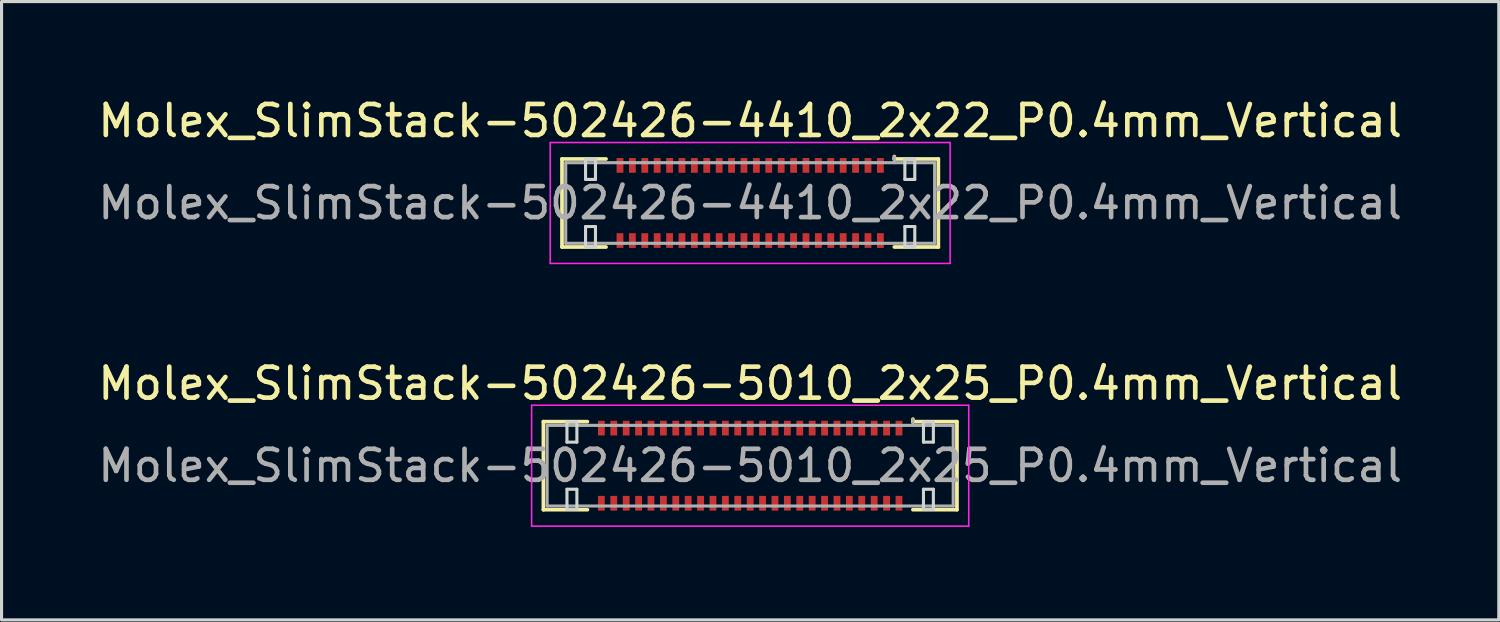
<source format=kicad_pcb>
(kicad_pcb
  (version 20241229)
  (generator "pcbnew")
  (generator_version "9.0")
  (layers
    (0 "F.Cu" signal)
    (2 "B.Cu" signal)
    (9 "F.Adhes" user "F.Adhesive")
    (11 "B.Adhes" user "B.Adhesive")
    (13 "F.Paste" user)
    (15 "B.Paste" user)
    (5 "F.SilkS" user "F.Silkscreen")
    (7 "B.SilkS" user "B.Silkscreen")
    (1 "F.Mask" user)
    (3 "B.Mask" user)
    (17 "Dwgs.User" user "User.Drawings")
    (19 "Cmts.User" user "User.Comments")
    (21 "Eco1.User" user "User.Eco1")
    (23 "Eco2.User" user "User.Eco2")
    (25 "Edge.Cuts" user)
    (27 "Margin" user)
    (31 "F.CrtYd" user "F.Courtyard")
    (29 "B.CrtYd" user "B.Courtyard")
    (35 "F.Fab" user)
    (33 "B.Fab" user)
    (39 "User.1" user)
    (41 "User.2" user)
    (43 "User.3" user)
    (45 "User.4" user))
  (footprint "Molex_SlimStack-502426-4410_2x22_P0.4mm_Vertical"
    (layer "F.Cu")
    (at 21.149 3.498)
    (property "Reference" "Molex_SlimStack-502426-4410_2x22_P0.4mm_Vertical" (at 0 -2.65 0) (layer "F.SilkS") (effects (font (size 1 1) (thickness 0.15))))
    (attr smd)
    (fp_line (start -6.07 -1.42) (end -4.65 -1.42) (stroke (width 0.12) (type solid)) (layer "F.SilkS"))
    (fp_line (start -6.07 1.42) (end -6.07 -1.42) (stroke (width 0.12) (type solid)) (layer "F.SilkS"))
    (fp_line (start -4.65 1.42) (end -6.07 1.42) (stroke (width 0.12) (type solid)) (layer "F.SilkS"))
    (fp_line (start 4.65 -1.42) (end 4.65 -1.5) (stroke (width 0.12) (type solid)) (layer "F.SilkS"))
    (fp_line (start 4.65 1.42) (end 6.07 1.42) (stroke (width 0.12) (type solid)) (layer "F.SilkS"))
    (fp_line (start 6.07 -1.42) (end 4.65 -1.42) (stroke (width 0.12) (type solid)) (layer "F.SilkS"))
    (fp_line (start 6.07 1.42) (end 6.07 -1.42) (stroke (width 0.12) (type solid)) (layer "F.SilkS"))
    (fp_line (start -5.31 -1.41) (end -5.31 -0.76) (stroke (width 0.1) (type solid)) (layer "Edge.Cuts"))
    (fp_line (start -5.31 -0.76) (end -4.99 -0.76) (stroke (width 0.1) (type solid)) (layer "Edge.Cuts"))
    (fp_line (start -5.31 0.76) (end -5.31 1.41) (stroke (width 0.1) (type solid)) (layer "Edge.Cuts"))
    (fp_line (start -5.31 1.41) (end -4.99 1.41) (stroke (width 0.1) (type solid)) (layer "Edge.Cuts"))
    (fp_line (start -4.99 -1.41) (end -5.31 -1.41) (stroke (width 0.1) (type solid)) (layer "Edge.Cuts"))
    (fp_line (start -4.99 -0.76) (end -4.99 -1.41) (stroke (width 0.1) (type solid)) (layer "Edge.Cuts"))
    (fp_line (start -4.99 0.76) (end -5.31 0.76) (stroke (width 0.1) (type solid)) (layer "Edge.Cuts"))
    (fp_line (start -4.99 1.41) (end -4.99 0.76) (stroke (width 0.1) (type solid)) (layer "Edge.Cuts"))
    (fp_line (start 4.99 -1.41) (end 4.99 -0.76) (stroke (width 0.1) (type solid)) (layer "Edge.Cuts"))
    (fp_line (start 4.99 -0.76) (end 5.31 -0.76) (stroke (width 0.1) (type solid)) (layer "Edge.Cuts"))
    (fp_line (start 4.99 0.76) (end 4.99 1.41) (stroke (width 0.1) (type solid)) (layer "Edge.Cuts"))
    (fp_line (start 4.99 1.41) (end 5.31 1.41) (stroke (width 0.1) (type solid)) (layer "Edge.Cuts"))
    (fp_line (start 5.31 -1.41) (end 4.99 -1.41) (stroke (width 0.1) (type solid)) (layer "Edge.Cuts"))
    (fp_line (start 5.31 -0.76) (end 5.31 -1.41) (stroke (width 0.1) (type solid)) (layer "Edge.Cuts"))
    (fp_line (start 5.31 0.76) (end 4.99 0.76) (stroke (width 0.1) (type solid)) (layer "Edge.Cuts"))
    (fp_line (start 5.31 1.41) (end 5.31 0.76) (stroke (width 0.1) (type solid)) (layer "Edge.Cuts"))
    (fp_line (start -6.45 -1.95) (end -6.45 1.95) (stroke (width 0.05) (type solid)) (layer "F.CrtYd"))
    (fp_line (start -6.45 1.95) (end 6.45 1.95) (stroke (width 0.05) (type solid)) (layer "F.CrtYd"))
    (fp_line (start 6.45 -1.95) (end -6.45 -1.95) (stroke (width 0.05) (type solid)) (layer "F.CrtYd"))
    (fp_line (start 6.45 1.95) (end 6.45 -1.95) (stroke (width 0.05) (type solid)) (layer "F.CrtYd"))
    (fp_line (start -5.95 -1.3) (end -5.95 1.3) (stroke (width 0.1) (type solid)) (layer "F.Fab"))
    (fp_line (start -5.95 1.3) (end 5.95 1.3) (stroke (width 0.1) (type solid)) (layer "F.Fab"))
    (fp_line (start 4.65 -1.3) (end 4.65 -1.5) (stroke (width 0.1) (type solid)) (layer "F.Fab"))
    (fp_line (start 5.95 -1.3) (end -5.95 -1.3) (stroke (width 0.1) (type solid)) (layer "F.Fab"))
    (fp_line (start 5.95 1.3) (end 5.95 -1.3) (stroke (width 0.1) (type solid)) (layer "F.Fab"))
    (fp_text user "${REFERENCE}" (at 0 0 0) (layer "F.Fab") (effects (font (size 1 1) (thickness 0.15))))
    (pad "1" smd rect (at 4.2 -1.212) (size 0.22 0.475) (layers "F.Cu" "F.Mask" "F.Paste"))
    (pad "2" smd rect (at 4.2 1.212) (size 0.22 0.475) (layers "F.Cu" "F.Mask" "F.Paste"))
    (pad "3" smd rect (at 3.8 -1.212) (size 0.22 0.475) (layers "F.Cu" "F.Mask" "F.Paste"))
    (pad "4" smd rect (at 3.8 1.212) (size 0.22 0.475) (layers "F.Cu" "F.Mask" "F.Paste"))
    (pad "5" smd rect (at 3.4 -1.212) (size 0.22 0.475) (layers "F.Cu" "F.Mask" "F.Paste"))
    (pad "6" smd rect (at 3.4 1.212) (size 0.22 0.475) (layers "F.Cu" "F.Mask" "F.Paste"))
    (pad "7" smd rect (at 3 -1.212) (size 0.22 0.475) (layers "F.Cu" "F.Mask" "F.Paste"))
    (pad "8" smd rect (at 3 1.212) (size 0.22 0.475) (layers "F.Cu" "F.Mask" "F.Paste"))
    (pad "9" smd rect (at 2.6 -1.212) (size 0.22 0.475) (layers "F.Cu" "F.Mask" "F.Paste"))
    (pad "10" smd rect (at 2.6 1.212) (size 0.22 0.475) (layers "F.Cu" "F.Mask" "F.Paste"))
    (pad "11" smd rect (at 2.2 -1.212) (size 0.22 0.475) (layers "F.Cu" "F.Mask" "F.Paste"))
    (pad "12" smd rect (at 2.2 1.212) (size 0.22 0.475) (layers "F.Cu" "F.Mask" "F.Paste"))
    (pad "13" smd rect (at 1.8 -1.212) (size 0.22 0.475) (layers "F.Cu" "F.Mask" "F.Paste"))
    (pad "14" smd rect (at 1.8 1.212) (size 0.22 0.475) (layers "F.Cu" "F.Mask" "F.Paste"))
    (pad "15" smd rect (at 1.4 -1.212) (size 0.22 0.475) (layers "F.Cu" "F.Mask" "F.Paste"))
    (pad "16" smd rect (at 1.4 1.212) (size 0.22 0.475) (layers "F.Cu" "F.Mask" "F.Paste"))
    (pad "17" smd rect (at 1 -1.212) (size 0.22 0.475) (layers "F.Cu" "F.Mask" "F.Paste"))
    (pad "18" smd rect (at 1 1.212) (size 0.22 0.475) (layers "F.Cu" "F.Mask" "F.Paste"))
    (pad "19" smd rect (at 0.6 -1.212) (size 0.22 0.475) (layers "F.Cu" "F.Mask" "F.Paste"))
    (pad "20" smd rect (at 0.6 1.212) (size 0.22 0.475) (layers "F.Cu" "F.Mask" "F.Paste"))
    (pad "21" smd rect (at 0.2 -1.212) (size 0.22 0.475) (layers "F.Cu" "F.Mask" "F.Paste"))
    (pad "22" smd rect (at 0.2 1.212) (size 0.22 0.475) (layers "F.Cu" "F.Mask" "F.Paste"))
    (pad "23" smd rect (at -0.2 -1.212) (size 0.22 0.475) (layers "F.Cu" "F.Mask" "F.Paste"))
    (pad "24" smd rect (at -0.2 1.212) (size 0.22 0.475) (layers "F.Cu" "F.Mask" "F.Paste"))
    (pad "25" smd rect (at -0.6 -1.212) (size 0.22 0.475) (layers "F.Cu" "F.Mask" "F.Paste"))
    (pad "26" smd rect (at -0.6 1.212) (size 0.22 0.475) (layers "F.Cu" "F.Mask" "F.Paste"))
    (pad "27" smd rect (at -1 -1.212) (size 0.22 0.475) (layers "F.Cu" "F.Mask" "F.Paste"))
    (pad "28" smd rect (at -1 1.212) (size 0.22 0.475) (layers "F.Cu" "F.Mask" "F.Paste"))
    (pad "29" smd rect (at -1.4 -1.212) (size 0.22 0.475) (layers "F.Cu" "F.Mask" "F.Paste"))
    (pad "30" smd rect (at -1.4 1.212) (size 0.22 0.475) (layers "F.Cu" "F.Mask" "F.Paste"))
    (pad "31" smd rect (at -1.8 -1.212) (size 0.22 0.475) (layers "F.Cu" "F.Mask" "F.Paste"))
    (pad "32" smd rect (at -1.8 1.212) (size 0.22 0.475) (layers "F.Cu" "F.Mask" "F.Paste"))
    (pad "33" smd rect (at -2.2 -1.212) (size 0.22 0.475) (layers "F.Cu" "F.Mask" "F.Paste"))
    (pad "34" smd rect (at -2.2 1.212) (size 0.22 0.475) (layers "F.Cu" "F.Mask" "F.Paste"))
    (pad "35" smd rect (at -2.6 -1.212) (size 0.22 0.475) (layers "F.Cu" "F.Mask" "F.Paste"))
    (pad "36" smd rect (at -2.6 1.212) (size 0.22 0.475) (layers "F.Cu" "F.Mask" "F.Paste"))
    (pad "37" smd rect (at -3 -1.212) (size 0.22 0.475) (layers "F.Cu" "F.Mask" "F.Paste"))
    (pad "38" smd rect (at -3 1.212) (size 0.22 0.475) (layers "F.Cu" "F.Mask" "F.Paste"))
    (pad "39" smd rect (at -3.4 -1.212) (size 0.22 0.475) (layers "F.Cu" "F.Mask" "F.Paste"))
    (pad "40" smd rect (at -3.4 1.212) (size 0.22 0.475) (layers "F.Cu" "F.Mask" "F.Paste"))
    (pad "41" smd rect (at -3.8 -1.212) (size 0.22 0.475) (layers "F.Cu" "F.Mask" "F.Paste"))
    (pad "42" smd rect (at -3.8 1.212) (size 0.22 0.475) (layers "F.Cu" "F.Mask" "F.Paste"))
    (pad "43" smd rect (at -4.2 -1.212) (size 0.22 0.475) (layers "F.Cu" "F.Mask" "F.Paste"))
    (pad "44" smd rect (at -4.2 1.212) (size 0.22 0.475) (layers "F.Cu" "F.Mask" "F.Paste")))
  (footprint "Molex_SlimStack-502426-5010_2x25_P0.4mm_Vertical"
    (layer "F.Cu")
    (at 21.149 11.972)
    (property "Reference" "Molex_SlimStack-502426-5010_2x25_P0.4mm_Vertical" (at 0 -2.65 0) (layer "F.SilkS") (effects (font (size 1 1) (thickness 0.15))))
    (attr smd)
    (fp_line (start -6.67 -1.42) (end -5.25 -1.42) (stroke (width 0.12) (type solid)) (layer "F.SilkS"))
    (fp_line (start -6.67 1.42) (end -6.67 -1.42) (stroke (width 0.12) (type solid)) (layer "F.SilkS"))
    (fp_line (start -5.25 1.42) (end -6.67 1.42) (stroke (width 0.12) (type solid)) (layer "F.SilkS"))
    (fp_line (start 5.25 -1.42) (end 5.25 -1.5) (stroke (width 0.12) (type solid)) (layer "F.SilkS"))
    (fp_line (start 5.25 1.42) (end 6.67 1.42) (stroke (width 0.12) (type solid)) (layer "F.SilkS"))
    (fp_line (start 6.67 -1.42) (end 5.25 -1.42) (stroke (width 0.12) (type solid)) (layer "F.SilkS"))
    (fp_line (start 6.67 1.42) (end 6.67 -1.42) (stroke (width 0.12) (type solid)) (layer "F.SilkS"))
    (fp_line (start -5.91 -1.41) (end -5.91 -0.76) (stroke (width 0.1) (type solid)) (layer "Edge.Cuts"))
    (fp_line (start -5.91 -0.76) (end -5.59 -0.76) (stroke (width 0.1) (type solid)) (layer "Edge.Cuts"))
    (fp_line (start -5.91 0.76) (end -5.91 1.41) (stroke (width 0.1) (type solid)) (layer "Edge.Cuts"))
    (fp_line (start -5.91 1.41) (end -5.59 1.41) (stroke (width 0.1) (type solid)) (layer "Edge.Cuts"))
    (fp_line (start -5.59 -1.41) (end -5.91 -1.41) (stroke (width 0.1) (type solid)) (layer "Edge.Cuts"))
    (fp_line (start -5.59 -0.76) (end -5.59 -1.41) (stroke (width 0.1) (type solid)) (layer "Edge.Cuts"))
    (fp_line (start -5.59 0.76) (end -5.91 0.76) (stroke (width 0.1) (type solid)) (layer "Edge.Cuts"))
    (fp_line (start -5.59 1.41) (end -5.59 0.76) (stroke (width 0.1) (type solid)) (layer "Edge.Cuts"))
    (fp_line (start 5.59 -1.41) (end 5.59 -0.76) (stroke (width 0.1) (type solid)) (layer "Edge.Cuts"))
    (fp_line (start 5.59 -0.76) (end 5.91 -0.76) (stroke (width 0.1) (type solid)) (layer "Edge.Cuts"))
    (fp_line (start 5.59 0.76) (end 5.59 1.41) (stroke (width 0.1) (type solid)) (layer "Edge.Cuts"))
    (fp_line (start 5.59 1.41) (end 5.91 1.41) (stroke (width 0.1) (type solid)) (layer "Edge.Cuts"))
    (fp_line (start 5.91 -1.41) (end 5.59 -1.41) (stroke (width 0.1) (type solid)) (layer "Edge.Cuts"))
    (fp_line (start 5.91 -0.76) (end 5.91 -1.41) (stroke (width 0.1) (type solid)) (layer "Edge.Cuts"))
    (fp_line (start 5.91 0.76) (end 5.59 0.76) (stroke (width 0.1) (type solid)) (layer "Edge.Cuts"))
    (fp_line (start 5.91 1.41) (end 5.91 0.76) (stroke (width 0.1) (type solid)) (layer "Edge.Cuts"))
    (fp_line (start -7.05 -1.95) (end -7.05 1.95) (stroke (width 0.05) (type solid)) (layer "F.CrtYd"))
    (fp_line (start -7.05 1.95) (end 7.05 1.95) (stroke (width 0.05) (type solid)) (layer "F.CrtYd"))
    (fp_line (start 7.05 -1.95) (end -7.05 -1.95) (stroke (width 0.05) (type solid)) (layer "F.CrtYd"))
    (fp_line (start 7.05 1.95) (end 7.05 -1.95) (stroke (width 0.05) (type solid)) (layer "F.CrtYd"))
    (fp_line (start -6.55 -1.3) (end -6.55 1.3) (stroke (width 0.1) (type solid)) (layer "F.Fab"))
    (fp_line (start -6.55 1.3) (end 6.55 1.3) (stroke (width 0.1) (type solid)) (layer "F.Fab"))
    (fp_line (start 5.25 -1.3) (end 5.25 -1.5) (stroke (width 0.1) (type solid)) (layer "F.Fab"))
    (fp_line (start 6.55 -1.3) (end -6.55 -1.3) (stroke (width 0.1) (type solid)) (layer "F.Fab"))
    (fp_line (start 6.55 1.3) (end 6.55 -1.3) (stroke (width 0.1) (type solid)) (layer "F.Fab"))
    (fp_text user "${REFERENCE}" (at 0 0 0) (layer "F.Fab") (effects (font (size 1 1) (thickness 0.15))))
    (pad "1" smd rect (at 4.8 -1.212) (size 0.22 0.475) (layers "F.Cu" "F.Mask" "F.Paste"))
    (pad "2" smd rect (at 4.8 1.212) (size 0.22 0.475) (layers "F.Cu" "F.Mask" "F.Paste"))
    (pad "3" smd rect (at 4.4 -1.212) (size 0.22 0.475) (layers "F.Cu" "F.Mask" "F.Paste"))
    (pad "4" smd rect (at 4.4 1.212) (size 0.22 0.475) (layers "F.Cu" "F.Mask" "F.Paste"))
    (pad "5" smd rect (at 4 -1.212) (size 0.22 0.475) (layers "F.Cu" "F.Mask" "F.Paste"))
    (pad "6" smd rect (at 4 1.212) (size 0.22 0.475) (layers "F.Cu" "F.Mask" "F.Paste"))
    (pad "7" smd rect (at 3.6 -1.212) (size 0.22 0.475) (layers "F.Cu" "F.Mask" "F.Paste"))
    (pad "8" smd rect (at 3.6 1.212) (size 0.22 0.475) (layers "F.Cu" "F.Mask" "F.Paste"))
    (pad "9" smd rect (at 3.2 -1.212) (size 0.22 0.475) (layers "F.Cu" "F.Mask" "F.Paste"))
    (pad "10" smd rect (at 3.2 1.212) (size 0.22 0.475) (layers "F.Cu" "F.Mask" "F.Paste"))
    (pad "11" smd rect (at 2.8 -1.212) (size 0.22 0.475) (layers "F.Cu" "F.Mask" "F.Paste"))
    (pad "12" smd rect (at 2.8 1.212) (size 0.22 0.475) (layers "F.Cu" "F.Mask" "F.Paste"))
    (pad "13" smd rect (at 2.4 -1.212) (size 0.22 0.475) (layers "F.Cu" "F.Mask" "F.Paste"))
    (pad "14" smd rect (at 2.4 1.212) (size 0.22 0.475) (layers "F.Cu" "F.Mask" "F.Paste"))
    (pad "15" smd rect (at 2 -1.212) (size 0.22 0.475) (layers "F.Cu" "F.Mask" "F.Paste"))
    (pad "16" smd rect (at 2 1.212) (size 0.22 0.475) (layers "F.Cu" "F.Mask" "F.Paste"))
    (pad "17" smd rect (at 1.6 -1.212) (size 0.22 0.475) (layers "F.Cu" "F.Mask" "F.Paste"))
    (pad "18" smd rect (at 1.6 1.212) (size 0.22 0.475) (layers "F.Cu" "F.Mask" "F.Paste"))
    (pad "19" smd rect (at 1.2 -1.212) (size 0.22 0.475) (layers "F.Cu" "F.Mask" "F.Paste"))
    (pad "20" smd rect (at 1.2 1.212) (size 0.22 0.475) (layers "F.Cu" "F.Mask" "F.Paste"))
    (pad "21" smd rect (at 0.8 -1.212) (size 0.22 0.475) (layers "F.Cu" "F.Mask" "F.Paste"))
    (pad "22" smd rect (at 0.8 1.212) (size 0.22 0.475) (layers "F.Cu" "F.Mask" "F.Paste"))
    (pad "23" smd rect (at 0.4 -1.212) (size 0.22 0.475) (layers "F.Cu" "F.Mask" "F.Paste"))
    (pad "24" smd rect (at 0.4 1.212) (size 0.22 0.475) (layers "F.Cu" "F.Mask" "F.Paste"))
    (pad "25" smd rect (at 0 -1.212) (size 0.22 0.475) (layers "F.Cu" "F.Mask" "F.Paste"))
    (pad "26" smd rect (at 0 1.212) (size 0.22 0.475) (layers "F.Cu" "F.Mask" "F.Paste"))
    (pad "27" smd rect (at -0.4 -1.212) (size 0.22 0.475) (layers "F.Cu" "F.Mask" "F.Paste"))
    (pad "28" smd rect (at -0.4 1.212) (size 0.22 0.475) (layers "F.Cu" "F.Mask" "F.Paste"))
    (pad "29" smd rect (at -0.8 -1.212) (size 0.22 0.475) (layers "F.Cu" "F.Mask" "F.Paste"))
    (pad "30" smd rect (at -0.8 1.212) (size 0.22 0.475) (layers "F.Cu" "F.Mask" "F.Paste"))
    (pad "31" smd rect (at -1.2 -1.212) (size 0.22 0.475) (layers "F.Cu" "F.Mask" "F.Paste"))
    (pad "32" smd rect (at -1.2 1.212) (size 0.22 0.475) (layers "F.Cu" "F.Mask" "F.Paste"))
    (pad "33" smd rect (at -1.6 -1.212) (size 0.22 0.475) (layers "F.Cu" "F.Mask" "F.Paste"))
    (pad "34" smd rect (at -1.6 1.212) (size 0.22 0.475) (layers "F.Cu" "F.Mask" "F.Paste"))
    (pad "35" smd rect (at -2 -1.212) (size 0.22 0.475) (layers "F.Cu" "F.Mask" "F.Paste"))
    (pad "36" smd rect (at -2 1.212) (size 0.22 0.475) (layers "F.Cu" "F.Mask" "F.Paste"))
    (pad "37" smd rect (at -2.4 -1.212) (size 0.22 0.475) (layers "F.Cu" "F.Mask" "F.Paste"))
    (pad "38" smd rect (at -2.4 1.212) (size 0.22 0.475) (layers "F.Cu" "F.Mask" "F.Paste"))
    (pad "39" smd rect (at -2.8 -1.212) (size 0.22 0.475) (layers "F.Cu" "F.Mask" "F.Paste"))
    (pad "40" smd rect (at -2.8 1.212) (size 0.22 0.475) (layers "F.Cu" "F.Mask" "F.Paste"))
    (pad "41" smd rect (at -3.2 -1.212) (size 0.22 0.475) (layers "F.Cu" "F.Mask" "F.Paste"))
    (pad "42" smd rect (at -3.2 1.212) (size 0.22 0.475) (layers "F.Cu" "F.Mask" "F.Paste"))
    (pad "43" smd rect (at -3.6 -1.212) (size 0.22 0.475) (layers "F.Cu" "F.Mask" "F.Paste"))
    (pad "44" smd rect (at -3.6 1.212) (size 0.22 0.475) (layers "F.Cu" "F.Mask" "F.Paste"))
    (pad "45" smd rect (at -4 -1.212) (size 0.22 0.475) (layers "F.Cu" "F.Mask" "F.Paste"))
    (pad "46" smd rect (at -4 1.212) (size 0.22 0.475) (layers "F.Cu" "F.Mask" "F.Paste"))
    (pad "47" smd rect (at -4.4 -1.212) (size 0.22 0.475) (layers "F.Cu" "F.Mask" "F.Paste"))
    (pad "48" smd rect (at -4.4 1.212) (size 0.22 0.475) (layers "F.Cu" "F.Mask" "F.Paste"))
    (pad "49" smd rect (at -4.8 -1.212) (size 0.22 0.475) (layers "F.Cu" "F.Mask" "F.Paste"))
    (pad "50" smd rect (at -4.8 1.212) (size 0.22 0.475) (layers "F.Cu" "F.Mask" "F.Paste")))
  (gr_rect
    (start -3 -3)
    (end 45.298 16.947)
    (stroke (width 0.1) (type default))
    (fill no)
    (layer "Edge.Cuts")))
</source>
